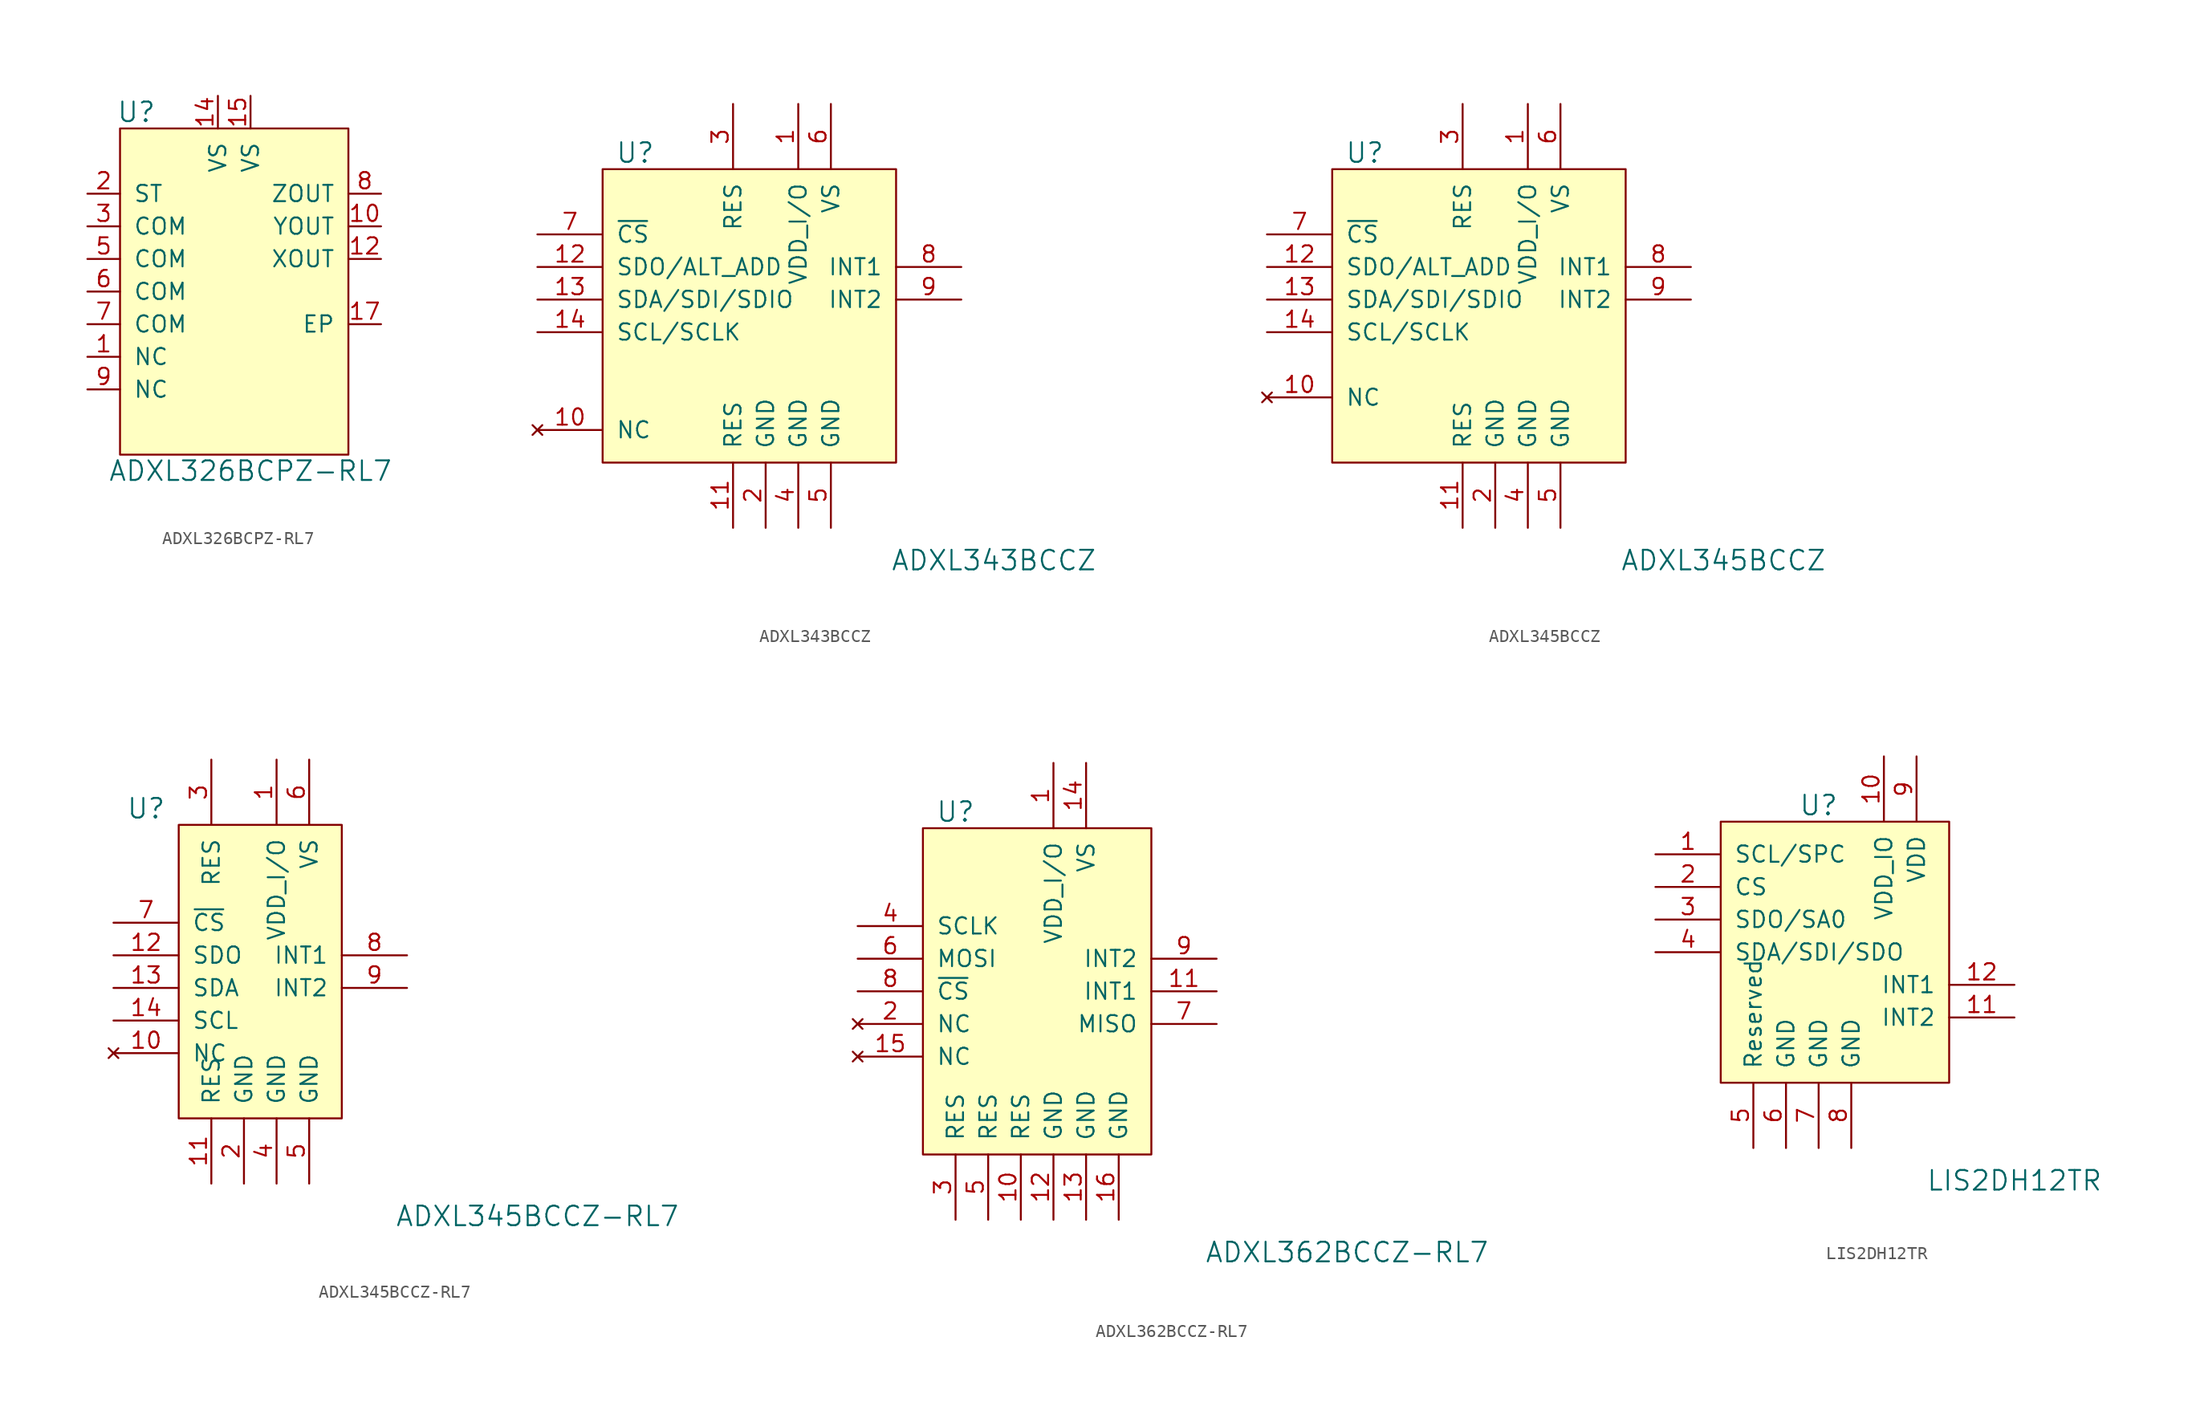
<source format=kicad_sym>
(kicad_symbol_lib
  (version 20231120)
  (generator "kicad_symbol_editor")
  (generator_version "8.0")
  (symbol "ADXL326BCPZ-RL7"
    (pin_names
      (offset 1.016))
    (property "Reference" "U"
      (at -8.89 16.51 0)
      (effects (font (size 1.524 1.524))))
    (property "Value" "ADXL326BCPZ-RL7"
      (at 0 -11.43 0)
      (effects (font (size 1.524 1.524))))
    (symbol "ADXL326BCPZ-RL7_0_1"
      (rectangle (start -10.16 15.24) (end 7.62 -10.16) (stroke (width 0) (type default)) (fill (type background))))
    (symbol "ADXL326BCPZ-RL7_1_1"
      (pin unspecified line (at -12.7 -2.54 0) (length 2.54) (name "NC" (effects (font (size 1.27 1.27)))) (number "1" (effects (font (size 1.27 1.27)))))
      (pin output line (at 10.16 7.62 180) (length 2.54) (name "YOUT" (effects (font (size 1.27 1.27)))) (number "10" (effects (font (size 1.27 1.27)))))
      (pin no_connect line (at -2.54 -10.16 90) (length 2.54) hide (name "NC" (effects (font (size 1.27 1.27)))) (number "11" (effects (font (size 1.27 1.27)))))
      (pin output line (at 10.16 5.08 180) (length 2.54) (name "XOUT" (effects (font (size 1.27 1.27)))) (number "12" (effects (font (size 1.27 1.27)))))
      (pin no_connect line (at 0 -10.16 90) (length 2.54) hide (name "NC" (effects (font (size 1.27 1.27)))) (number "13" (effects (font (size 1.27 1.27)))))
      (pin power_in line (at -2.54 17.78 270) (length 2.54) (name "VS" (effects (font (size 1.27 1.27)))) (number "14" (effects (font (size 1.27 1.27)))))
      (pin power_in line (at 0 17.78 270) (length 2.54) (name "VS" (effects (font (size 1.27 1.27)))) (number "15" (effects (font (size 1.27 1.27)))))
      (pin no_connect line (at 2.54 -10.16 90) (length 2.54) hide (name "NC" (effects (font (size 1.27 1.27)))) (number "16" (effects (font (size 1.27 1.27)))))
      (pin unspecified line (at 10.16 0 180) (length 2.54) (name "EP" (effects (font (size 1.27 1.27)))) (number "17" (effects (font (size 1.27 1.27)))))
      (pin input line (at -12.7 10.16 0) (length 2.54) (name "ST" (effects (font (size 1.27 1.27)))) (number "2" (effects (font (size 1.27 1.27)))))
      (pin power_in line (at -12.7 7.62 0) (length 2.54) (name "COM" (effects (font (size 1.27 1.27)))) (number "3" (effects (font (size 1.27 1.27)))))
      (pin no_connect line (at 5.08 -10.16 90) (length 2.54) hide (name "NC" (effects (font (size 1.27 1.27)))) (number "4" (effects (font (size 1.27 1.27)))))
      (pin power_in line (at -12.7 5.08 0) (length 2.54) (name "COM" (effects (font (size 1.27 1.27)))) (number "5" (effects (font (size 1.27 1.27)))))
      (pin power_in line (at -12.7 2.54 0) (length 2.54) (name "COM" (effects (font (size 1.27 1.27)))) (number "6" (effects (font (size 1.27 1.27)))))
      (pin power_in line (at -12.7 0 0) (length 2.54) (name "COM" (effects (font (size 1.27 1.27)))) (number "7" (effects (font (size 1.27 1.27)))))
      (pin output line (at 10.16 10.16 180) (length 2.54) (name "ZOUT" (effects (font (size 1.27 1.27)))) (number "8" (effects (font (size 1.27 1.27)))))
      (pin unspecified line (at -12.7 -5.08 0) (length 2.54) (name "NC" (effects (font (size 1.27 1.27)))) (number "9" (effects (font (size 1.27 1.27)))))))
  (symbol "ADXL343BCCZ"
    (pin_names
      (offset 1.016))
    (property "Reference" "U"
      (at -7.62 13.97 0)
      (effects (font (size 1.524 1.524))))
    (property "Value" "ADXL343BCCZ"
      (at 20.32 -17.78 0)
      (effects (font (size 1.524 1.524))))
    (symbol "ADXL343BCCZ_0_1"
      (rectangle (start -10.16 12.7) (end 12.7 -10.16) (stroke (width 0) (type default)) (fill (type background))))
    (symbol "ADXL343BCCZ_1_1"
      (pin power_in line (at 5.08 17.78 270) (length 5.08) (name "VDD_I/O" (effects (font (size 1.27 1.27)))) (number "1" (effects (font (size 1.27 1.27)))))
      (pin no_connect line (at -15.24 -7.62 0) (length 5.08) (name "NC" (effects (font (size 1.27 1.27)))) (number "10" (effects (font (size 1.27 1.27)))))
      (pin power_in line (at 0 -15.24 90) (length 5.08) (name "RES" (effects (font (size 1.27 1.27)))) (number "11" (effects (font (size 1.27 1.27)))))
      (pin bidirectional line (at -15.24 5.08 0) (length 5.08) (name "SDO/ALT_ADD" (effects (font (size 1.27 1.27)))) (number "12" (effects (font (size 1.27 1.27)))))
      (pin bidirectional line (at -15.24 2.54 0) (length 5.08) (name "SDA/SDI/SDIO" (effects (font (size 1.27 1.27)))) (number "13" (effects (font (size 1.27 1.27)))))
      (pin bidirectional line (at -15.24 0 0) (length 5.08) (name "SCL/SCLK" (effects (font (size 1.27 1.27)))) (number "14" (effects (font (size 1.27 1.27)))))
      (pin power_in line (at 2.54 -15.24 90) (length 5.08) (name "GND" (effects (font (size 1.27 1.27)))) (number "2" (effects (font (size 1.27 1.27)))))
      (pin power_in line (at 0 17.78 270) (length 5.08) (name "RES" (effects (font (size 1.27 1.27)))) (number "3" (effects (font (size 1.27 1.27)))))
      (pin power_in line (at 5.08 -15.24 90) (length 5.08) (name "GND" (effects (font (size 1.27 1.27)))) (number "4" (effects (font (size 1.27 1.27)))))
      (pin power_in line (at 7.62 -15.24 90) (length 5.08) (name "GND" (effects (font (size 1.27 1.27)))) (number "5" (effects (font (size 1.27 1.27)))))
      (pin power_in line (at 7.62 17.78 270) (length 5.08) (name "VS" (effects (font (size 1.27 1.27)))) (number "6" (effects (font (size 1.27 1.27)))))
      (pin input line (at -15.24 7.62 0) (length 5.08) (name "~{CS}" (effects (font (size 1.27 1.27)))) (number "7" (effects (font (size 1.27 1.27)))))
      (pin output line (at 17.78 5.08 180) (length 5.08) (name "INT1" (effects (font (size 1.27 1.27)))) (number "8" (effects (font (size 1.27 1.27)))))
      (pin output line (at 17.78 2.54 180) (length 5.08) (name "INT2" (effects (font (size 1.27 1.27)))) (number "9" (effects (font (size 1.27 1.27)))))))
  (symbol "ADXL345BCCZ"
    (pin_names
      (offset 1.016))
    (property "Reference" "U"
      (at -7.62 11.43 0)
      (effects (font (size 1.524 1.524))))
    (property "Value" "ADXL345BCCZ"
      (at 20.32 -20.32 0)
      (effects (font (size 1.524 1.524))))
    (symbol "ADXL345BCCZ_0_1"
      (rectangle (start -10.16 10.16) (end 12.7 -12.7) (stroke (width 0) (type default)) (fill (type background))))
    (symbol "ADXL345BCCZ_1_1"
      (pin power_in line (at 5.08 15.24 270) (length 5.08) (name "VDD_I/O" (effects (font (size 1.27 1.27)))) (number "1" (effects (font (size 1.27 1.27)))))
      (pin no_connect line (at -15.24 -7.62 0) (length 5.08) (name "NC" (effects (font (size 1.27 1.27)))) (number "10" (effects (font (size 1.27 1.27)))))
      (pin power_in line (at 0 -17.78 90) (length 5.08) (name "RES" (effects (font (size 1.27 1.27)))) (number "11" (effects (font (size 1.27 1.27)))))
      (pin bidirectional line (at -15.24 2.54 0) (length 5.08) (name "SDO/ALT_ADD" (effects (font (size 1.27 1.27)))) (number "12" (effects (font (size 1.27 1.27)))))
      (pin bidirectional line (at -15.24 0 0) (length 5.08) (name "SDA/SDI/SDIO" (effects (font (size 1.27 1.27)))) (number "13" (effects (font (size 1.27 1.27)))))
      (pin bidirectional line (at -15.24 -2.54 0) (length 5.08) (name "SCL/SCLK" (effects (font (size 1.27 1.27)))) (number "14" (effects (font (size 1.27 1.27)))))
      (pin power_in line (at 2.54 -17.78 90) (length 5.08) (name "GND" (effects (font (size 1.27 1.27)))) (number "2" (effects (font (size 1.27 1.27)))))
      (pin power_in line (at 0 15.24 270) (length 5.08) (name "RES" (effects (font (size 1.27 1.27)))) (number "3" (effects (font (size 1.27 1.27)))))
      (pin power_in line (at 5.08 -17.78 90) (length 5.08) (name "GND" (effects (font (size 1.27 1.27)))) (number "4" (effects (font (size 1.27 1.27)))))
      (pin power_in line (at 7.62 -17.78 90) (length 5.08) (name "GND" (effects (font (size 1.27 1.27)))) (number "5" (effects (font (size 1.27 1.27)))))
      (pin power_in line (at 7.62 15.24 270) (length 5.08) (name "VS" (effects (font (size 1.27 1.27)))) (number "6" (effects (font (size 1.27 1.27)))))
      (pin input line (at -15.24 5.08 0) (length 5.08) (name "~{CS}" (effects (font (size 1.27 1.27)))) (number "7" (effects (font (size 1.27 1.27)))))
      (pin output line (at 17.78 2.54 180) (length 5.08) (name "INT1" (effects (font (size 1.27 1.27)))) (number "8" (effects (font (size 1.27 1.27)))))
      (pin output line (at 17.78 0 180) (length 5.08) (name "INT2" (effects (font (size 1.27 1.27)))) (number "9" (effects (font (size 1.27 1.27)))))))
  (symbol "ADXL345BCCZ-RL7"
    (pin_names
      (offset 1.016))
    (property "Reference" "U"
      (at -7.62 11.43 0)
      (effects (font (size 1.524 1.524))))
    (property "Value" "ADXL345BCCZ-RL7"
      (at 22.86 -20.32 0)
      (effects (font (size 1.524 1.524))))
    (symbol "ADXL345BCCZ-RL7_0_1"
      (rectangle (start -5.08 10.16) (end 7.62 -12.7) (stroke (width 0) (type default)) (fill (type background))))
    (symbol "ADXL345BCCZ-RL7_1_1"
      (pin power_in line (at 2.54 15.24 270) (length 5.08) (name "VDD_I/O" (effects (font (size 1.27 1.27)))) (number "1" (effects (font (size 1.27 1.27)))))
      (pin no_connect line (at -10.16 -7.62 0) (length 5.08) (name "NC" (effects (font (size 1.27 1.27)))) (number "10" (effects (font (size 1.27 1.27)))))
      (pin power_in line (at -2.54 -17.78 90) (length 5.08) (name "RES" (effects (font (size 1.27 1.27)))) (number "11" (effects (font (size 1.27 1.27)))))
      (pin bidirectional line (at -10.16 0 0) (length 5.08) (name "SDO" (effects (font (size 1.27 1.27)))) (number "12" (effects (font (size 1.27 1.27)))))
      (pin bidirectional line (at -10.16 -2.54 0) (length 5.08) (name "SDA" (effects (font (size 1.27 1.27)))) (number "13" (effects (font (size 1.27 1.27)))))
      (pin bidirectional line (at -10.16 -5.08 0) (length 5.08) (name "SCL" (effects (font (size 1.27 1.27)))) (number "14" (effects (font (size 1.27 1.27)))))
      (pin power_in line (at 0 -17.78 90) (length 5.08) (name "GND" (effects (font (size 1.27 1.27)))) (number "2" (effects (font (size 1.27 1.27)))))
      (pin power_in line (at -2.54 15.24 270) (length 5.08) (name "RES" (effects (font (size 1.27 1.27)))) (number "3" (effects (font (size 1.27 1.27)))))
      (pin power_in line (at 2.54 -17.78 90) (length 5.08) (name "GND" (effects (font (size 1.27 1.27)))) (number "4" (effects (font (size 1.27 1.27)))))
      (pin power_in line (at 5.08 -17.78 90) (length 5.08) (name "GND" (effects (font (size 1.27 1.27)))) (number "5" (effects (font (size 1.27 1.27)))))
      (pin power_in line (at 5.08 15.24 270) (length 5.08) (name "VS" (effects (font (size 1.27 1.27)))) (number "6" (effects (font (size 1.27 1.27)))))
      (pin input line (at -10.16 2.54 0) (length 5.08) (name "~{CS}" (effects (font (size 1.27 1.27)))) (number "7" (effects (font (size 1.27 1.27)))))
      (pin output line (at 12.7 0 180) (length 5.08) (name "INT1" (effects (font (size 1.27 1.27)))) (number "8" (effects (font (size 1.27 1.27)))))
      (pin output line (at 12.7 -2.54 180) (length 5.08) (name "INT2" (effects (font (size 1.27 1.27)))) (number "9" (effects (font (size 1.27 1.27)))))))
  (symbol "ADXL362BCCZ-RL7"
    (pin_names
      (offset 1.016))
    (property "Reference" "U"
      (at -7.62 13.97 0)
      (effects (font (size 1.524 1.524))))
    (property "Value" "ADXL362BCCZ-RL7"
      (at 22.86 -20.32 0)
      (effects (font (size 1.524 1.524))))
    (symbol "ADXL362BCCZ-RL7_0_1"
      (rectangle (start -10.16 12.7) (end 7.62 -12.7) (stroke (width 0) (type default)) (fill (type background))))
    (symbol "ADXL362BCCZ-RL7_1_1"
      (pin power_in line (at 0 17.78 270) (length 5.08) (name "VDD_I/O" (effects (font (size 1.27 1.27)))) (number "1" (effects (font (size 1.27 1.27)))))
      (pin power_in line (at -2.54 -17.78 90) (length 5.08) (name "RES" (effects (font (size 1.27 1.27)))) (number "10" (effects (font (size 1.27 1.27)))))
      (pin output line (at 12.7 0 180) (length 5.08) (name "INT1" (effects (font (size 1.27 1.27)))) (number "11" (effects (font (size 1.27 1.27)))))
      (pin power_in line (at 0 -17.78 90) (length 5.08) (name "GND" (effects (font (size 1.27 1.27)))) (number "12" (effects (font (size 1.27 1.27)))))
      (pin power_in line (at 2.54 -17.78 90) (length 5.08) (name "GND" (effects (font (size 1.27 1.27)))) (number "13" (effects (font (size 1.27 1.27)))))
      (pin power_in line (at 2.54 17.78 270) (length 5.08) (name "VS" (effects (font (size 1.27 1.27)))) (number "14" (effects (font (size 1.27 1.27)))))
      (pin no_connect line (at -15.24 -5.08 0) (length 5.08) (name "NC" (effects (font (size 1.27 1.27)))) (number "15" (effects (font (size 1.27 1.27)))))
      (pin power_in line (at 5.08 -17.78 90) (length 5.08) (name "GND" (effects (font (size 1.27 1.27)))) (number "16" (effects (font (size 1.27 1.27)))))
      (pin no_connect line (at -15.24 -2.54 0) (length 5.08) (name "NC" (effects (font (size 1.27 1.27)))) (number "2" (effects (font (size 1.27 1.27)))))
      (pin power_in line (at -7.62 -17.78 90) (length 5.08) (name "RES" (effects (font (size 1.27 1.27)))) (number "3" (effects (font (size 1.27 1.27)))))
      (pin input line (at -15.24 5.08 0) (length 5.08) (name "SCLK" (effects (font (size 1.27 1.27)))) (number "4" (effects (font (size 1.27 1.27)))))
      (pin power_in line (at -5.08 -17.78 90) (length 5.08) (name "RES" (effects (font (size 1.27 1.27)))) (number "5" (effects (font (size 1.27 1.27)))))
      (pin input line (at -15.24 2.54 0) (length 5.08) (name "MOSI" (effects (font (size 1.27 1.27)))) (number "6" (effects (font (size 1.27 1.27)))))
      (pin output line (at 12.7 -2.54 180) (length 5.08) (name "MISO" (effects (font (size 1.27 1.27)))) (number "7" (effects (font (size 1.27 1.27)))))
      (pin input line (at -15.24 0 0) (length 5.08) (name "~{CS}" (effects (font (size 1.27 1.27)))) (number "8" (effects (font (size 1.27 1.27)))))
      (pin output line (at 12.7 2.54 180) (length 5.08) (name "INT2" (effects (font (size 1.27 1.27)))) (number "9" (effects (font (size 1.27 1.27)))))))
  (symbol "LIS2DH12TR"
    (pin_names
      (offset 1.016))
    (property "Reference" "U"
      (at -2.54 11.43 0)
      (effects (font (size 1.524 1.524))))
    (property "Value" "LIS2DH12TR"
      (at 12.7 -17.78 0)
      (effects (font (size 1.524 1.524))))
    (symbol "LIS2DH12TR_0_1"
      (rectangle (start -10.16 -10.16) (end 7.62 10.16) (stroke (width 0) (type default)) (fill (type background))))
    (symbol "LIS2DH12TR_1_1"
      (pin input line (at -15.24 7.62 0) (length 5.08) (name "SCL/SPC" (effects (font (size 1.27 1.27)))) (number "1" (effects (font (size 1.27 1.27)))))
      (pin power_in line (at 2.54 15.24 270) (length 5.08) (name "VDD_IO" (effects (font (size 1.27 1.27)))) (number "10" (effects (font (size 1.27 1.27)))))
      (pin output line (at 12.7 -5.08 180) (length 5.08) (name "INT2" (effects (font (size 1.27 1.27)))) (number "11" (effects (font (size 1.27 1.27)))))
      (pin output line (at 12.7 -2.54 180) (length 5.08) (name "INT1" (effects (font (size 1.27 1.27)))) (number "12" (effects (font (size 1.27 1.27)))))
      (pin input line (at -15.24 5.08 0) (length 5.08) (name "CS" (effects (font (size 1.27 1.27)))) (number "2" (effects (font (size 1.27 1.27)))))
      (pin bidirectional line (at -15.24 2.54 0) (length 5.08) (name "SDO/SA0" (effects (font (size 1.27 1.27)))) (number "3" (effects (font (size 1.27 1.27)))))
      (pin bidirectional line (at -15.24 0 0) (length 5.08) (name "SDA/SDI/SDO" (effects (font (size 1.27 1.27)))) (number "4" (effects (font (size 1.27 1.27)))))
      (pin power_in line (at -7.62 -15.24 90) (length 5.08) (name "Reserved" (effects (font (size 1.27 1.27)))) (number "5" (effects (font (size 1.27 1.27)))))
      (pin power_in line (at -5.08 -15.24 90) (length 5.08) (name "GND" (effects (font (size 1.27 1.27)))) (number "6" (effects (font (size 1.27 1.27)))))
      (pin power_in line (at -2.54 -15.24 90) (length 5.08) (name "GND" (effects (font (size 1.27 1.27)))) (number "7" (effects (font (size 1.27 1.27)))))
      (pin power_in line (at 0 -15.24 90) (length 5.08) (name "GND" (effects (font (size 1.27 1.27)))) (number "8" (effects (font (size 1.27 1.27)))))
      (pin power_in line (at 5.08 15.24 270) (length 5.08) (name "VDD" (effects (font (size 1.27 1.27)))) (number "9" (effects (font (size 1.27 1.27))))))))
</source>
